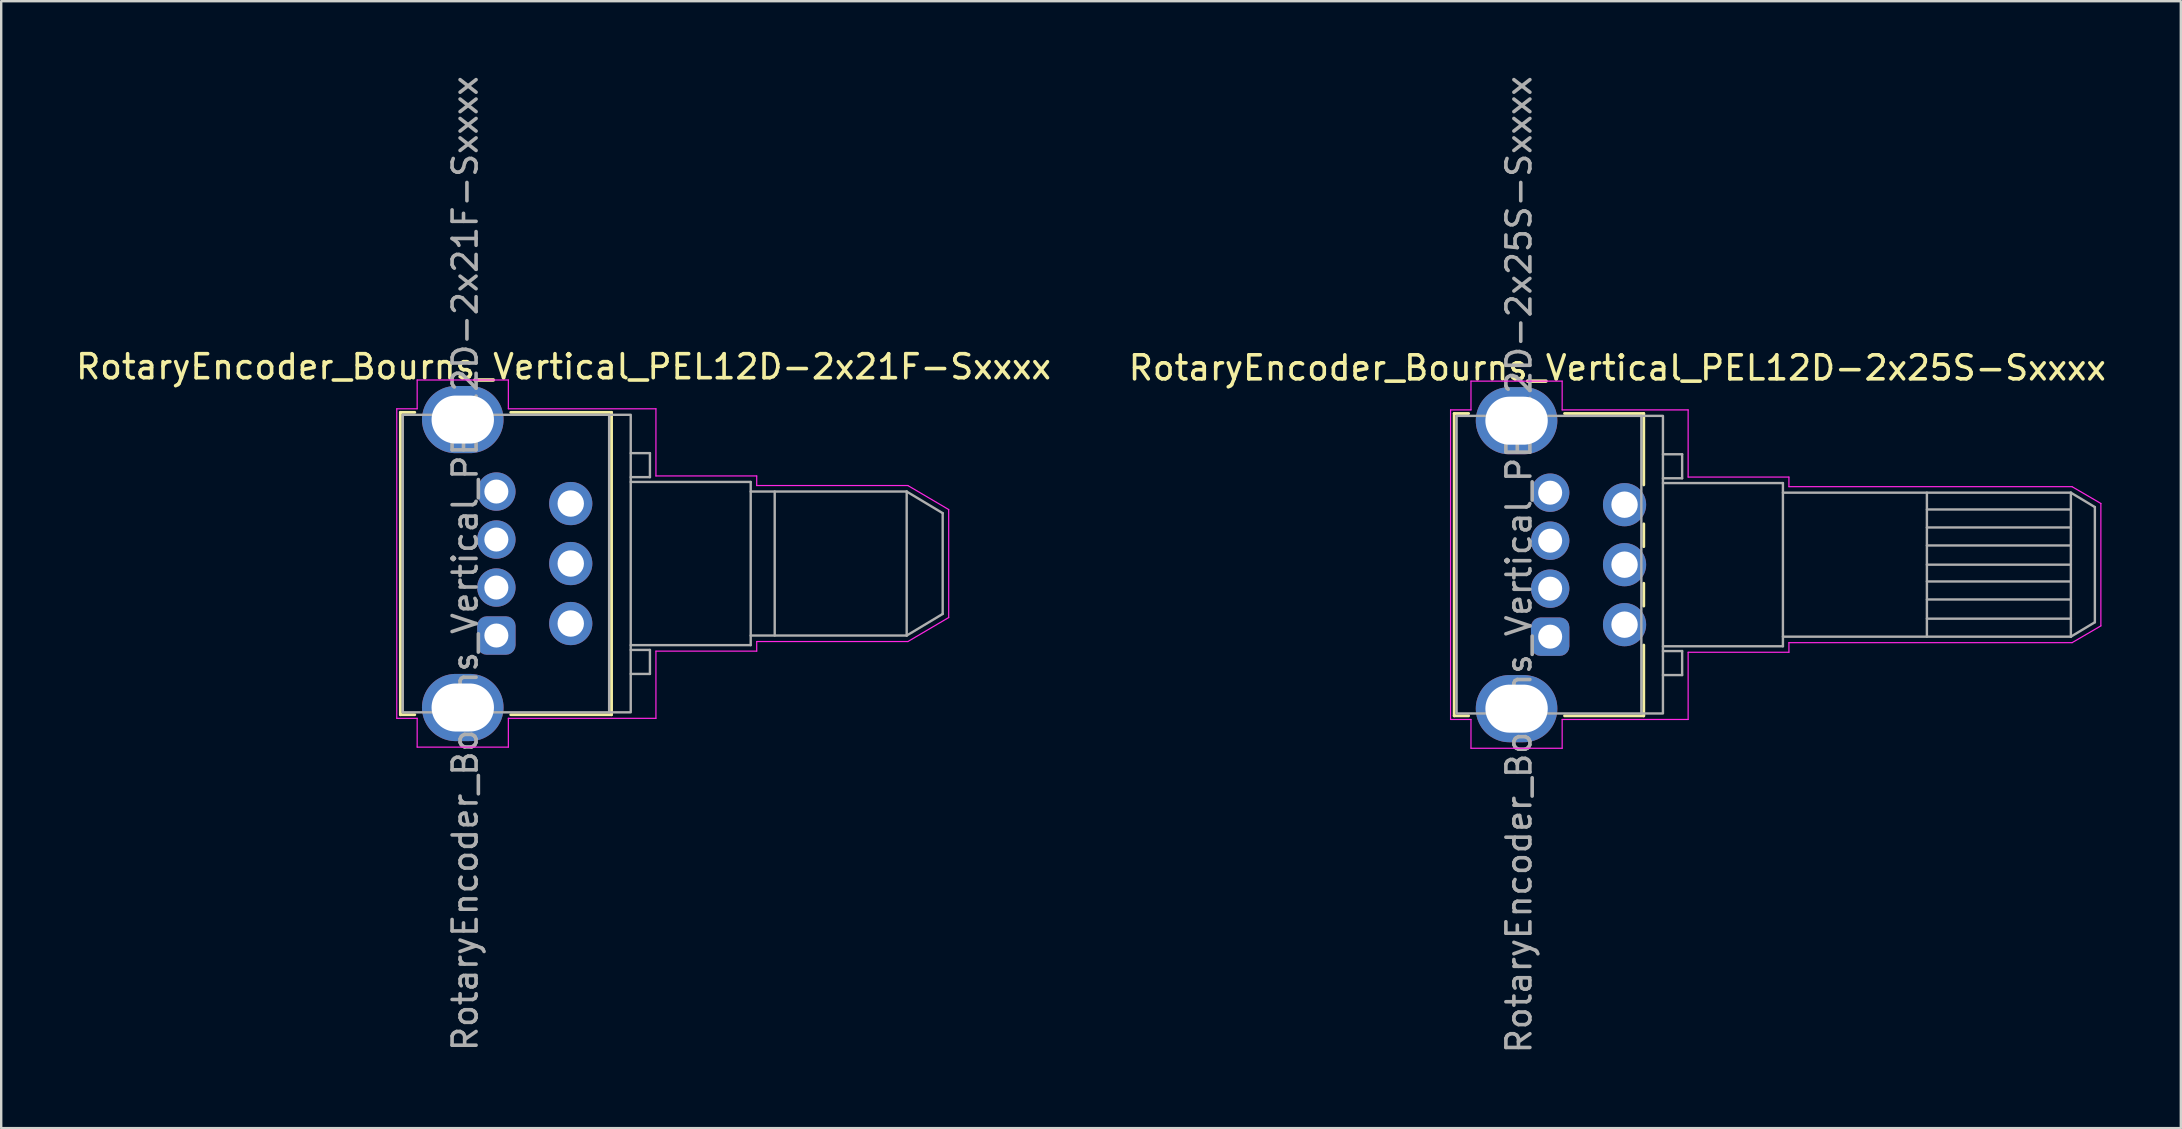
<source format=kicad_pcb>
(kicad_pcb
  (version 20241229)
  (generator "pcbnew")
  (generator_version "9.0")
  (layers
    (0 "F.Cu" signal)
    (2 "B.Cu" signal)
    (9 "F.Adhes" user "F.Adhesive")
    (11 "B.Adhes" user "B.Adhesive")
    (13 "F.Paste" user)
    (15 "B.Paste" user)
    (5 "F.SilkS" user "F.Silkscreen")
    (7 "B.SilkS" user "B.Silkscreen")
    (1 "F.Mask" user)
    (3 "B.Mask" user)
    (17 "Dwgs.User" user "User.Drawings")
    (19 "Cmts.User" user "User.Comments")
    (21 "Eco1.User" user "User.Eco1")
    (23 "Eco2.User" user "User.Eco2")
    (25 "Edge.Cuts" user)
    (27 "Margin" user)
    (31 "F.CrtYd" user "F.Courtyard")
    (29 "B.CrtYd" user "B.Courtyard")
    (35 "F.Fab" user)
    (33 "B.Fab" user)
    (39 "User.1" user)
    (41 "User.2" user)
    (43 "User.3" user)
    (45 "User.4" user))
  (footprint "RotaryEncoder_Bourns_Vertical_PEL12D-2x25S-Sxxxx"
    (layer "F.Cu")
    (at 61.551 23.482)
    (property "Reference" "RotaryEncoder_Bourns_Vertical_PEL12D-2x25S-Sxxxx" (at 2.8 -11.2 0) (layer "F.SilkS") (effects (font (size 1 1) (thickness 0.15))))
    (attr through_hole)
    (fp_line (start -4 -9.3) (end -4 3.3) (stroke (width 0.12) (type default)) (layer "F.SilkS"))
    (fp_line (start -4 3.3) (end -3.4 3.3) (stroke (width 0.12) (type default)) (layer "F.SilkS"))
    (fp_line (start -3.4 -9.3) (end -4 -9.3) (stroke (width 0.12) (type default)) (layer "F.SilkS"))
    (fp_line (start 0.6 3.3) (end 3.9 3.3) (stroke (width 0.12) (type default)) (layer "F.SilkS"))
    (fp_line (start 3.9 -9.3) (end 0.6 -9.3) (stroke (width 0.12) (type default)) (layer "F.SilkS"))
    (fp_line (start 3.9 -6.325) (end 3.9 -9.3) (stroke (width 0.12) (type default)) (layer "F.SilkS"))
    (fp_line (start 3.9 -4.7) (end 3.9 -3.75) (stroke (width 0.12) (type default)) (layer "F.SilkS"))
    (fp_line (start 3.9 -2.225) (end 3.9 -1.275) (stroke (width 0.12) (type default)) (layer "F.SilkS"))
    (fp_line (start 3.9 3.3) (end 3.9 0.35) (stroke (width 0.12) (type default)) (layer "F.SilkS"))
    (fp_line (start -4.15 -9.45) (end -4.15 3.45) (stroke (width 0.05) (type default)) (layer "F.CrtYd"))
    (fp_line (start -4.15 3.45) (end -3.3 3.45) (stroke (width 0.05) (type default)) (layer "F.CrtYd"))
    (fp_line (start -3.3 -10.65) (end -3.3 -9.45) (stroke (width 0.05) (type default)) (layer "F.CrtYd"))
    (fp_line (start -3.3 -9.45) (end -4.15 -9.45) (stroke (width 0.05) (type default)) (layer "F.CrtYd"))
    (fp_line (start -3.3 3.45) (end -3.3 4.65) (stroke (width 0.05) (type default)) (layer "F.CrtYd"))
    (fp_line (start -3.3 4.65) (end 0.5 4.65) (stroke (width 0.05) (type default)) (layer "F.CrtYd"))
    (fp_line (start 0.5 -10.65) (end -3.3 -10.65) (stroke (width 0.05) (type default)) (layer "F.CrtYd"))
    (fp_line (start 0.5 -9.45) (end 0.5 -10.65) (stroke (width 0.05) (type default)) (layer "F.CrtYd"))
    (fp_line (start 0.5 3.45) (end 5.75 3.45) (stroke (width 0.05) (type default)) (layer "F.CrtYd"))
    (fp_line (start 0.5 4.65) (end 0.5 3.45) (stroke (width 0.05) (type default)) (layer "F.CrtYd"))
    (fp_line (start 5.75 -9.45) (end 0.5 -9.45) (stroke (width 0.05) (type default)) (layer "F.CrtYd"))
    (fp_line (start 5.75 -6.65) (end 5.75 -9.45) (stroke (width 0.05) (type default)) (layer "F.CrtYd"))
    (fp_line (start 5.75 0.65) (end 5.75 3.45) (stroke (width 0.05) (type default)) (layer "F.CrtYd"))
    (fp_line (start 9.95 -6.65) (end 5.75 -6.65) (stroke (width 0.05) (type default)) (layer "F.CrtYd"))
    (fp_line (start 9.95 -6.25) (end 9.95 -6.65) (stroke (width 0.05) (type default)) (layer "F.CrtYd"))
    (fp_line (start 9.95 0.25) (end 21.75 0.25) (stroke (width 0.05) (type default)) (layer "F.CrtYd"))
    (fp_line (start 9.95 0.65) (end 5.75 0.65) (stroke (width 0.05) (type default)) (layer "F.CrtYd"))
    (fp_line (start 9.95 0.65) (end 9.95 0.25) (stroke (width 0.05) (type default)) (layer "F.CrtYd"))
    (fp_line (start 21.75 -6.25) (end 9.95 -6.25) (stroke (width 0.05) (type default)) (layer "F.CrtYd"))
    (fp_line (start 21.75 -6.25) (end 22.95 -5.55) (stroke (width 0.05) (type default)) (layer "F.CrtYd"))
    (fp_line (start 21.75 0.25) (end 22.95 -0.45) (stroke (width 0.05) (type default)) (layer "F.CrtYd"))
    (fp_line (start 22.95 -0.45) (end 22.95 -5.55) (stroke (width 0.05) (type default)) (layer "F.CrtYd"))
    (fp_line (start 3.8 -9.2) (end 3.8 3.2) (stroke (width 0.1) (type default)) (layer "F.Fab"))
    (fp_line (start 4.7 -7.6) (end 5.5 -7.6) (stroke (width 0.1) (type default)) (layer "F.Fab"))
    (fp_line (start 4.7 -6.4) (end 9.7 -6.4) (stroke (width 0.1) (type default)) (layer "F.Fab"))
    (fp_line (start 4.7 1.6) (end 5.5 1.6) (stroke (width 0.1) (type default)) (layer "F.Fab"))
    (fp_line (start 5.5 -7.6) (end 5.5 -6.6) (stroke (width 0.1) (type default)) (layer "F.Fab"))
    (fp_line (start 5.5 -6.6) (end 4.7 -6.6) (stroke (width 0.1) (type default)) (layer "F.Fab"))
    (fp_line (start 5.5 0.6) (end 4.7 0.6) (stroke (width 0.1) (type default)) (layer "F.Fab"))
    (fp_line (start 5.5 1.6) (end 5.5 0.6) (stroke (width 0.1) (type default)) (layer "F.Fab"))
    (fp_line (start 9.7 -6.4) (end 9.7 0.4) (stroke (width 0.1) (type default)) (layer "F.Fab"))
    (fp_line (start 9.7 -6) (end 21.7 -6) (stroke (width 0.1) (type default)) (layer "F.Fab"))
    (fp_line (start 9.7 0.4) (end 4.7 0.4) (stroke (width 0.1) (type default)) (layer "F.Fab"))
    (fp_line (start 15.7 -6) (end 15.7 0) (stroke (width 0.1) (type default)) (layer "F.Fab"))
    (fp_line (start 21.7 -6) (end 21.7 0) (stroke (width 0.1) (type default)) (layer "F.Fab"))
    (fp_line (start 21.7 -6) (end 22.7 -5.4) (stroke (width 0.1) (type default)) (layer "F.Fab"))
    (fp_line (start 21.7 -5.3) (end 15.7 -5.3) (stroke (width 0.1) (type default)) (layer "F.Fab"))
    (fp_line (start 21.7 -4.55) (end 15.7 -4.55) (stroke (width 0.1) (type default)) (layer "F.Fab"))
    (fp_line (start 21.7 -3.8) (end 15.7 -3.8) (stroke (width 0.1) (type default)) (layer "F.Fab"))
    (fp_line (start 21.7 -3) (end 15.7 -3) (stroke (width 0.1) (type default)) (layer "F.Fab"))
    (fp_line (start 21.7 -2.3) (end 15.7 -2.3) (stroke (width 0.1) (type default)) (layer "F.Fab"))
    (fp_line (start 21.7 -1.55) (end 15.7 -1.55) (stroke (width 0.1) (type default)) (layer "F.Fab"))
    (fp_line (start 21.7 -0.75) (end 15.7 -0.75) (stroke (width 0.1) (type default)) (layer "F.Fab"))
    (fp_line (start 21.7 0) (end 9.7 0) (stroke (width 0.1) (type default)) (layer "F.Fab"))
    (fp_line (start 21.7 0) (end 22.7 -0.6) (stroke (width 0.1) (type default)) (layer "F.Fab"))
    (fp_line (start 22.7 -5.4) (end 22.7 -0.6) (stroke (width 0.1) (type default)) (layer "F.Fab"))
    (fp_rect (start -3.9 -9.2) (end 4.7 3.2) (stroke (width 0.1) (type default)) (fill no) (layer "F.Fab"))
    (fp_text user "${REFERENCE}" (at -1.3 -3 90) (layer "F.Fab") (effects (font (size 1 1) (thickness 0.15))))
    (pad "1" thru_hole roundrect (at 0 0) (size 1.6 1.6) (drill 1) (layers "*.Cu" "*.Mask") (roundrect_rratio 0.25))
    (pad "2" thru_hole circle (at 0 -2) (size 1.6 1.6) (drill 1) (layers "*.Cu" "*.Mask"))
    (pad "3" thru_hole circle (at 0 -4) (size 1.6 1.6) (drill 1) (layers "*.Cu" "*.Mask"))
    (pad "4" thru_hole circle (at 0 -6) (size 1.6 1.6) (drill 1) (layers "*.Cu" "*.Mask"))
    (pad "A" thru_hole circle (at 3.1 -0.5) (size 1.8 1.8) (drill 1.1) (layers "*.Cu" "*.Mask"))
    (pad "B" thru_hole circle (at 3.1 -3) (size 1.8 1.8) (drill 1.1) (layers "*.Cu" "*.Mask"))
    (pad "C" thru_hole circle (at 3.1 -5.5) (size 1.8 1.8) (drill 1.1) (layers "*.Cu" "*.Mask"))
    (pad "SH" thru_hole oval (at -1.4 -9) (size 3.4 2.8) (drill oval 2.6 2) (layers "*.Cu" "*.Mask"))
    (pad "SH" thru_hole oval (at -1.4 3) (size 3.4 2.8) (drill oval 2.6 2) (layers "*.Cu" "*.Mask"))
    (zone (net_name "") (layer "F.Cu") (hatch edge 0.5) (connect_pads) (min_thickness 0.25) (filled_areas_thickness no) (keepout (tracks not_allowed) (vias not_allowed) (pads not_allowed) (copperpour allowed) (footprints allowed)) (placement (enabled no)) (fill) (polygon (pts (xy 58.351 14.082) (xy 57.451 14.082) (xy 57.451 14.582) (xy 58.351 14.582))))
    (zone (net_name "") (layer "F.Cu") (hatch edge 0.5) (connect_pads) (min_thickness 0.25) (filled_areas_thickness no) (keepout (tracks not_allowed) (vias not_allowed) (pads not_allowed) (copperpour allowed) (footprints allowed)) (placement (enabled no)) (fill) (polygon (pts (xy 58.351 26.382) (xy 57.451 26.382) (xy 57.451 26.882) (xy 58.351 26.882))))
    (zone (net_name "") (layers "F.Cu" "F.Fab") (hatch edge 0.5) (connect_pads) (min_thickness 0.25) (filled_areas_thickness no) (keepout (tracks not_allowed) (vias not_allowed) (pads not_allowed) (copperpour allowed) (footprints allowed)) (placement (enabled no)) (fill) (polygon (pts (xy 65.601 14.032) (xy 64.301 14.032) (xy 64.301 14.582) (xy 65.601 14.582))))
    (zone (net_name "") (layers "F.Cu" "F.Fab") (hatch edge 0.5) (connect_pads) (min_thickness 0.25) (filled_areas_thickness no) (keepout (tracks not_allowed) (vias not_allowed) (pads not_allowed) (copperpour allowed) (footprints allowed)) (placement (enabled no)) (fill) (polygon (pts (xy 65.601 26.382) (xy 64.301 26.382) (xy 64.301 26.932) (xy 65.601 26.932)))))
  (footprint "RotaryEncoder_Bourns_Vertical_PEL12D-2x21F-Sxxxx"
    (layer "F.Cu")
    (at 17.635 23.435)
    (property "Reference" "RotaryEncoder_Bourns_Vertical_PEL12D-2x21F-Sxxxx" (at 2.8 -11.2 0) (layer "F.SilkS") (effects (font (size 1 1) (thickness 0.15))))
    (attr through_hole)
    (fp_line (start -4 -9.3) (end -4 3.3) (stroke (width 0.12) (type default)) (layer "F.SilkS"))
    (fp_line (start -4 3.3) (end -3.4 3.3) (stroke (width 0.12) (type default)) (layer "F.SilkS"))
    (fp_line (start -3.4 -9.3) (end -4 -9.3) (stroke (width 0.12) (type default)) (layer "F.SilkS"))
    (fp_line (start 0.6 3.3) (end 4.8 3.3) (stroke (width 0.12) (type default)) (layer "F.SilkS"))
    (fp_line (start 4.8 -9.3) (end 0.6 -9.3) (stroke (width 0.12) (type default)) (layer "F.SilkS"))
    (fp_line (start 4.8 3.3) (end 4.8 -9.3) (stroke (width 0.12) (type default)) (layer "F.SilkS"))
    (fp_line (start -4.15 -9.45) (end -4.15 3.45) (stroke (width 0.05) (type default)) (layer "F.CrtYd"))
    (fp_line (start -4.15 3.45) (end -3.3 3.45) (stroke (width 0.05) (type default)) (layer "F.CrtYd"))
    (fp_line (start -3.3 -10.65) (end -3.3 -9.45) (stroke (width 0.05) (type default)) (layer "F.CrtYd"))
    (fp_line (start -3.3 -9.45) (end -4.15 -9.45) (stroke (width 0.05) (type default)) (layer "F.CrtYd"))
    (fp_line (start -3.3 3.45) (end -3.3 4.65) (stroke (width 0.05) (type default)) (layer "F.CrtYd"))
    (fp_line (start -3.3 4.65) (end 0.5 4.65) (stroke (width 0.05) (type default)) (layer "F.CrtYd"))
    (fp_line (start 0.5 -10.65) (end -3.3 -10.65) (stroke (width 0.05) (type default)) (layer "F.CrtYd"))
    (fp_line (start 0.5 -9.45) (end 0.5 -10.65) (stroke (width 0.05) (type default)) (layer "F.CrtYd"))
    (fp_line (start 0.5 3.45) (end 6.65 3.45) (stroke (width 0.05) (type default)) (layer "F.CrtYd"))
    (fp_line (start 0.5 4.65) (end 0.5 3.45) (stroke (width 0.05) (type default)) (layer "F.CrtYd"))
    (fp_line (start 6.65 -9.45) (end 0.5 -9.45) (stroke (width 0.05) (type default)) (layer "F.CrtYd"))
    (fp_line (start 6.65 -6.65) (end 6.65 -9.45) (stroke (width 0.05) (type default)) (layer "F.CrtYd"))
    (fp_line (start 6.65 0.65) (end 6.65 3.45) (stroke (width 0.05) (type default)) (layer "F.CrtYd"))
    (fp_line (start 10.85 -6.65) (end 6.65 -6.65) (stroke (width 0.05) (type default)) (layer "F.CrtYd"))
    (fp_line (start 10.85 -6.25) (end 10.85 -6.65) (stroke (width 0.05) (type default)) (layer "F.CrtYd"))
    (fp_line (start 10.85 0.25) (end 17.15 0.25) (stroke (width 0.05) (type default)) (layer "F.CrtYd"))
    (fp_line (start 10.85 0.65) (end 6.65 0.65) (stroke (width 0.05) (type default)) (layer "F.CrtYd"))
    (fp_line (start 10.85 0.65) (end 10.85 0.25) (stroke (width 0.05) (type default)) (layer "F.CrtYd"))
    (fp_line (start 17.15 -6.25) (end 10.85 -6.25) (stroke (width 0.05) (type default)) (layer "F.CrtYd"))
    (fp_line (start 17.15 -6.25) (end 18.85 -5.25) (stroke (width 0.05) (type default)) (layer "F.CrtYd"))
    (fp_line (start 17.15 0.25) (end 18.85 -0.75) (stroke (width 0.05) (type default)) (layer "F.CrtYd"))
    (fp_line (start 18.85 -0.75) (end 18.85 -5.25) (stroke (width 0.05) (type default)) (layer "F.CrtYd"))
    (fp_line (start 4.7 -9.2) (end 4.7 3.2) (stroke (width 0.1) (type default)) (layer "F.Fab"))
    (fp_line (start 5.6 -7.6) (end 6.4 -7.6) (stroke (width 0.1) (type default)) (layer "F.Fab"))
    (fp_line (start 5.6 -6.4) (end 10.6 -6.4) (stroke (width 0.1) (type default)) (layer "F.Fab"))
    (fp_line (start 5.6 1.6) (end 6.4 1.6) (stroke (width 0.1) (type default)) (layer "F.Fab"))
    (fp_line (start 6.4 -7.6) (end 6.4 -6.6) (stroke (width 0.1) (type default)) (layer "F.Fab"))
    (fp_line (start 6.4 -6.6) (end 5.6 -6.6) (stroke (width 0.1) (type default)) (layer "F.Fab"))
    (fp_line (start 6.4 0.6) (end 5.6 0.6) (stroke (width 0.1) (type default)) (layer "F.Fab"))
    (fp_line (start 6.4 1.6) (end 6.4 0.6) (stroke (width 0.1) (type default)) (layer "F.Fab"))
    (fp_line (start 10.6 -6.4) (end 10.6 0.4) (stroke (width 0.1) (type default)) (layer "F.Fab"))
    (fp_line (start 10.6 -6) (end 17.1 -6) (stroke (width 0.1) (type default)) (layer "F.Fab"))
    (fp_line (start 10.6 0.4) (end 5.6 0.4) (stroke (width 0.1) (type default)) (layer "F.Fab"))
    (fp_line (start 11.6 -6) (end 11.6 0) (stroke (width 0.1) (type default)) (layer "F.Fab"))
    (fp_line (start 17.1 -6) (end 17.1 0) (stroke (width 0.1) (type default)) (layer "F.Fab"))
    (fp_line (start 17.1 -6) (end 18.6 -5.1) (stroke (width 0.1) (type default)) (layer "F.Fab"))
    (fp_line (start 17.1 0) (end 10.6 0) (stroke (width 0.1) (type default)) (layer "F.Fab"))
    (fp_line (start 17.1 0) (end 18.6 -0.9) (stroke (width 0.1) (type default)) (layer "F.Fab"))
    (fp_line (start 18.6 -0.9) (end 18.6 -5.1) (stroke (width 0.1) (type default)) (layer "F.Fab"))
    (fp_rect (start -3.9 -9.2) (end 5.6 3.2) (stroke (width 0.1) (type default)) (fill no) (layer "F.Fab"))
    (fp_text user "${REFERENCE}" (at -1.3 -3 90) (layer "F.Fab") (effects (font (size 1 1) (thickness 0.15))))
    (pad "1" thru_hole roundrect (at 0 0) (size 1.6 1.6) (drill 1) (layers "*.Cu" "*.Mask") (roundrect_rratio 0.25))
    (pad "2" thru_hole circle (at 0 -2) (size 1.6 1.6) (drill 1) (layers "*.Cu" "*.Mask"))
    (pad "3" thru_hole circle (at 0 -4) (size 1.6 1.6) (drill 1) (layers "*.Cu" "*.Mask"))
    (pad "4" thru_hole circle (at 0 -6) (size 1.6 1.6) (drill 1) (layers "*.Cu" "*.Mask"))
    (pad "A" thru_hole circle (at 3.1 -0.5) (size 1.8 1.8) (drill 1.1) (layers "*.Cu" "*.Mask"))
    (pad "B" thru_hole circle (at 3.1 -3) (size 1.8 1.8) (drill 1.1) (layers "*.Cu" "*.Mask"))
    (pad "C" thru_hole circle (at 3.1 -5.5) (size 1.8 1.8) (drill 1.1) (layers "*.Cu" "*.Mask"))
    (pad "SH" thru_hole oval (at -1.4 -9) (size 3.4 2.8) (drill oval 2.6 2) (layers "*.Cu" "*.Mask"))
    (pad "SH" thru_hole oval (at -1.4 3) (size 3.4 2.8) (drill oval 2.6 2) (layers "*.Cu" "*.Mask"))
    (zone (net_name "") (layer "F.Cu") (hatch edge 0.5) (connect_pads) (min_thickness 0.25) (filled_areas_thickness no) (keepout (tracks not_allowed) (vias not_allowed) (pads not_allowed) (copperpour allowed) (footprints allowed)) (placement (enabled no)) (fill) (polygon (pts (xy 14.435 14.035) (xy 13.535 14.035) (xy 13.535 14.735) (xy 14.435 14.735))))
    (zone (net_name "") (layer "F.Cu") (hatch edge 0.5) (connect_pads) (min_thickness 0.25) (filled_areas_thickness no) (keepout (tracks not_allowed) (vias not_allowed) (pads not_allowed) (copperpour allowed) (footprints allowed)) (placement (enabled no)) (fill) (polygon (pts (xy 14.435 26.135) (xy 13.535 26.135) (xy 13.535 26.835) (xy 14.435 26.835))))
    (zone (net_name "") (layers "F.Cu" "F.Fab") (hatch edge 0.5) (connect_pads) (min_thickness 0.25) (filled_areas_thickness no) (keepout (tracks not_allowed) (vias not_allowed) (pads not_allowed) (copperpour allowed) (footprints allowed)) (placement (enabled no)) (fill) (polygon (pts (xy 22.535 13.985) (xy 21.235 13.985) (xy 21.235 14.735) (xy 22.535 14.735))))
    (zone (net_name "") (layers "F.Cu" "F.Fab") (hatch edge 0.5) (connect_pads) (min_thickness 0.25) (filled_areas_thickness no) (keepout (tracks not_allowed) (vias not_allowed) (pads not_allowed) (copperpour allowed) (footprints allowed)) (placement (enabled no)) (fill) (polygon (pts (xy 22.535 26.135) (xy 21.235 26.135) (xy 21.235 26.885) (xy 22.535 26.885)))))
  (gr_rect
    (start -3 -3)
    (end 87.833 43.964)
    (stroke (width 0.1) (type default))
    (fill no)
    (layer "Edge.Cuts")))
</source>
